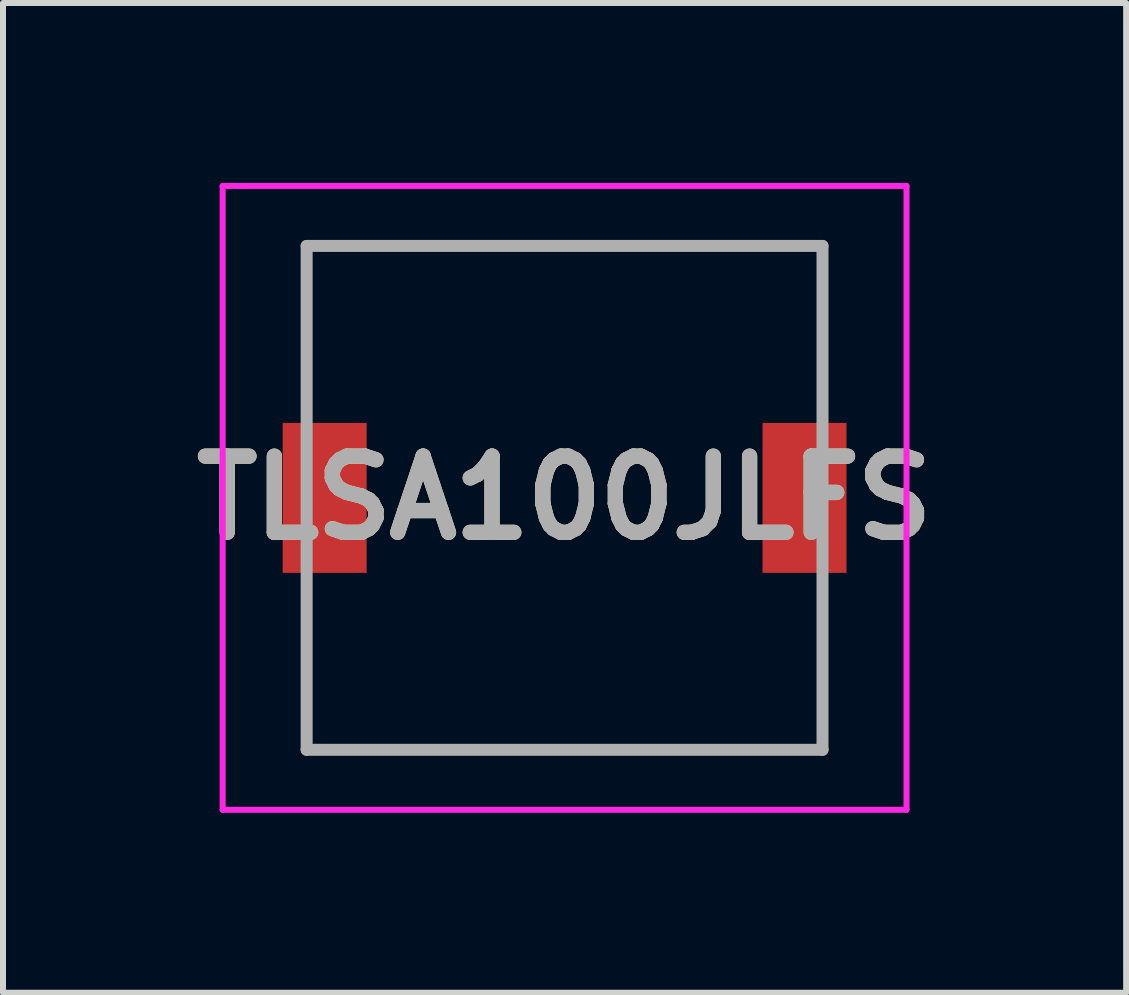
<source format=kicad_pcb>
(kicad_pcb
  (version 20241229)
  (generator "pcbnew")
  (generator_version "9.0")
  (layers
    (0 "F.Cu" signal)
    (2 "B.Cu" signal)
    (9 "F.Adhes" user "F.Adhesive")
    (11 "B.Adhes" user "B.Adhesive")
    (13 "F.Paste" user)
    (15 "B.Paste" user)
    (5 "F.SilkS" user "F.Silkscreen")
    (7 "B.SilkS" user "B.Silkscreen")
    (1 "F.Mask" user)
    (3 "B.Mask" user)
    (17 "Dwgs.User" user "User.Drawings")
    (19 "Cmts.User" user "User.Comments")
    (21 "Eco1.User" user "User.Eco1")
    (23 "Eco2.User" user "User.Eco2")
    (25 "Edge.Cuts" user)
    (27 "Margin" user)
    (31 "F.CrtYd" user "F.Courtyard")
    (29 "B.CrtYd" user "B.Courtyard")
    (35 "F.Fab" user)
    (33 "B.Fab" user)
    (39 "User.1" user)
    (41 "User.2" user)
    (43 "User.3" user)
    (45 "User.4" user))
  (footprint "TLSA100JLFS"
    (layer "F.Cu")
    (at 6.362 5.25)
    (property "Reference" "TLSA100JLFS" (at 0 0 0) (layer "F.SilkS") (effects (font (size 1.27 1.27) (thickness 0.254))))
    (attr smd)
    (fp_line (start -4.3 -4.2) (end 4.3 -4.2) (stroke (width 0.1) (type solid)) (layer "F.SilkS"))
    (fp_line (start -4.3 -1.6) (end -4.3 -4.2) (stroke (width 0.1) (type solid)) (layer "F.SilkS"))
    (fp_line (start -4.3 1.6) (end -4.3 4.2) (stroke (width 0.1) (type solid)) (layer "F.SilkS"))
    (fp_line (start -4.3 4.2) (end 4.3 4.2) (stroke (width 0.1) (type solid)) (layer "F.SilkS"))
    (fp_line (start 4.3 -4.2) (end 4.3 -1.6) (stroke (width 0.1) (type solid)) (layer "F.SilkS"))
    (fp_line (start 4.3 4.2) (end 4.3 1.4) (stroke (width 0.1) (type solid)) (layer "F.SilkS"))
    (fp_line (start -5.7 -5.2) (end 5.7 -5.2) (stroke (width 0.1) (type solid)) (layer "F.CrtYd"))
    (fp_line (start -5.7 5.2) (end -5.7 -5.2) (stroke (width 0.1) (type solid)) (layer "F.CrtYd"))
    (fp_line (start 5.7 -5.2) (end 5.7 5.2) (stroke (width 0.1) (type solid)) (layer "F.CrtYd"))
    (fp_line (start 5.7 5.2) (end -5.7 5.2) (stroke (width 0.1) (type solid)) (layer "F.CrtYd"))
    (fp_line (start -4.3 -4.2) (end 4.3 -4.2) (stroke (width 0.2) (type solid)) (layer "F.Fab"))
    (fp_line (start -4.3 4.2) (end -4.3 -4.2) (stroke (width 0.2) (type solid)) (layer "F.Fab"))
    (fp_line (start 4.3 -4.2) (end 4.3 4.2) (stroke (width 0.2) (type solid)) (layer "F.Fab"))
    (fp_line (start 4.3 4.2) (end -4.3 4.2) (stroke (width 0.2) (type solid)) (layer "F.Fab"))
    (fp_text user "${REFERENCE}" (at 0 0 0) (layer "F.Fab") (effects (font (size 1.27 1.27) (thickness 0.254))))
    (pad "1" smd rect (at -4 0) (size 1.4 2.5) (layers "F.Cu" "F.Mask" "F.Paste"))
    (pad "2" smd rect (at 4 0) (size 1.4 2.5) (layers "F.Cu" "F.Mask" "F.Paste")))
  (gr_rect
    (start -3 -3)
    (end 15.724 13.5)
    (stroke (width 0.1) (type default))
    (fill no)
    (layer "Edge.Cuts")))
</source>
